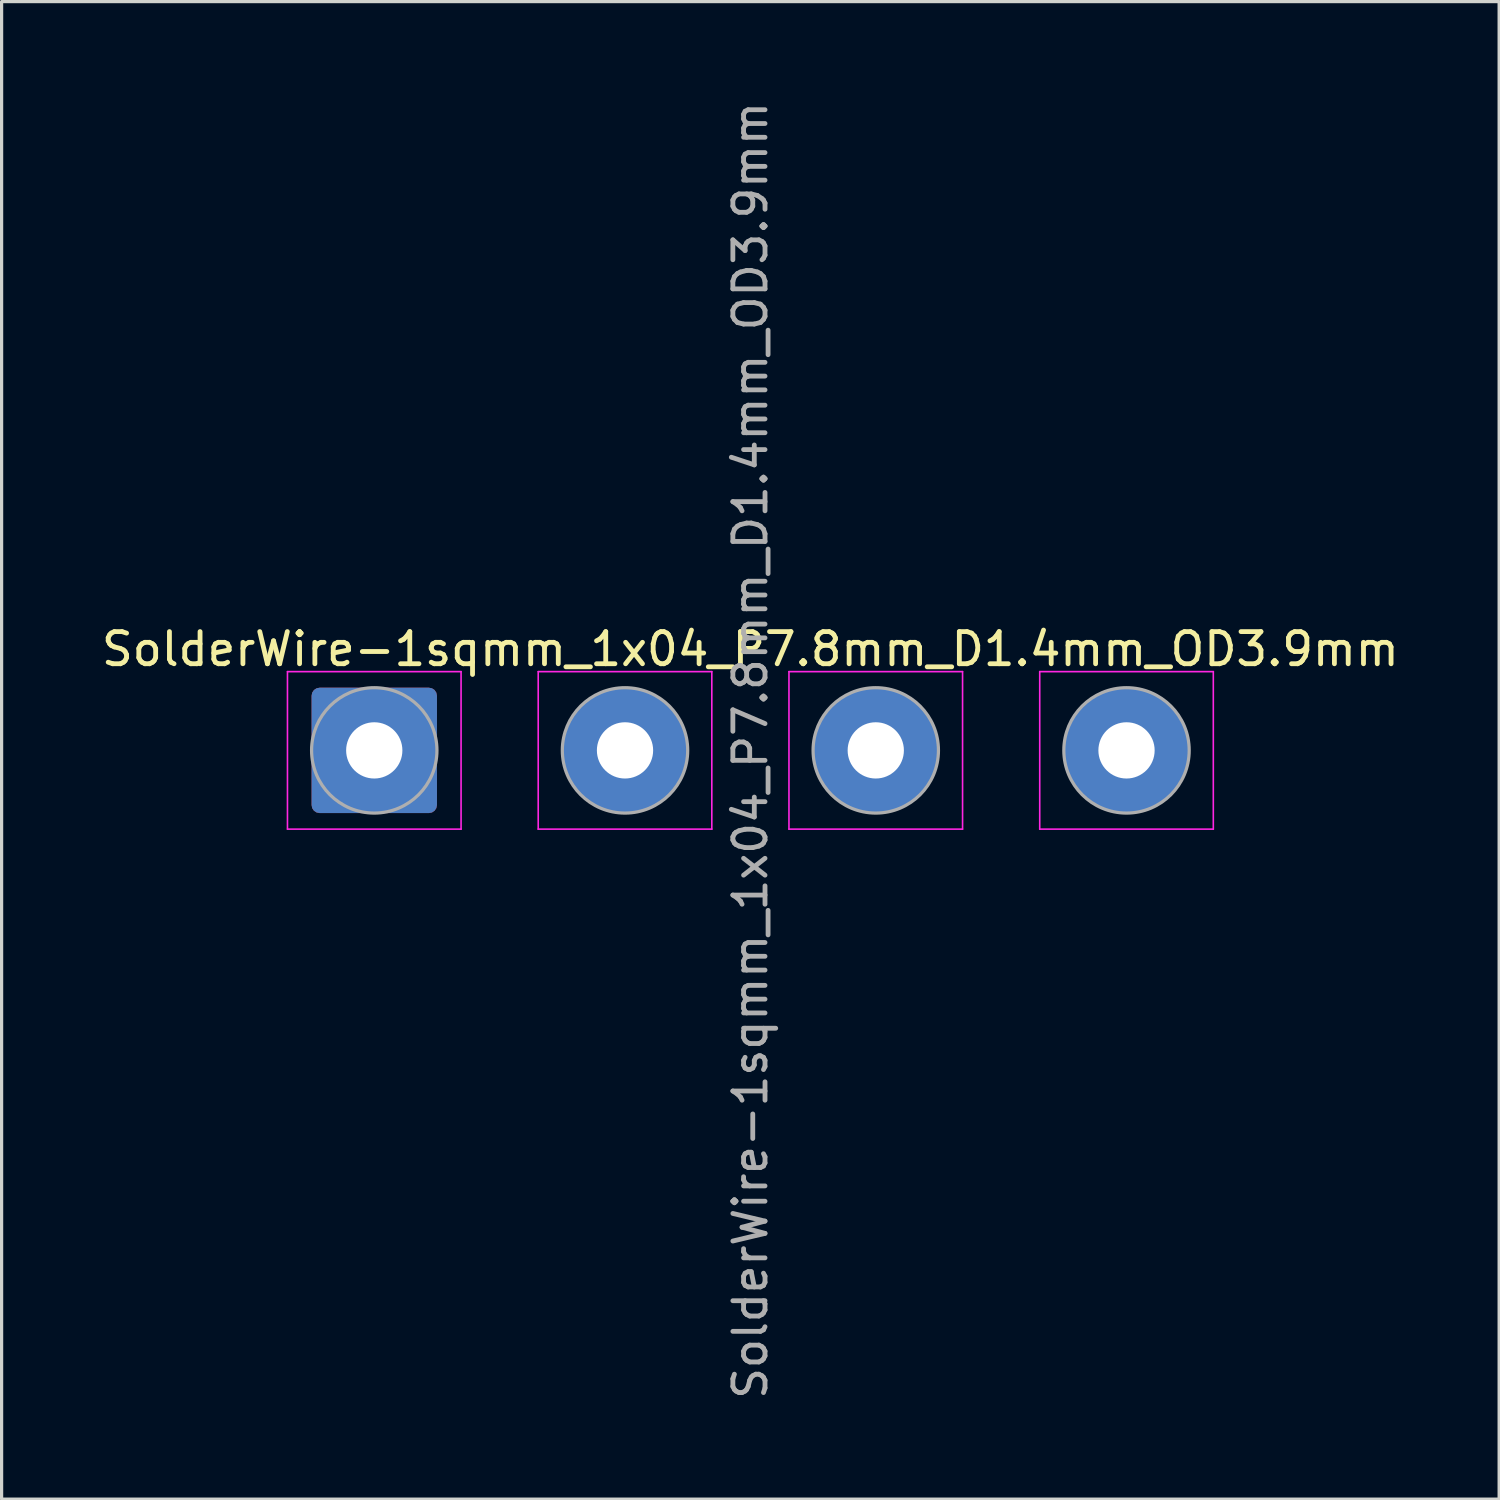
<source format=kicad_pcb>
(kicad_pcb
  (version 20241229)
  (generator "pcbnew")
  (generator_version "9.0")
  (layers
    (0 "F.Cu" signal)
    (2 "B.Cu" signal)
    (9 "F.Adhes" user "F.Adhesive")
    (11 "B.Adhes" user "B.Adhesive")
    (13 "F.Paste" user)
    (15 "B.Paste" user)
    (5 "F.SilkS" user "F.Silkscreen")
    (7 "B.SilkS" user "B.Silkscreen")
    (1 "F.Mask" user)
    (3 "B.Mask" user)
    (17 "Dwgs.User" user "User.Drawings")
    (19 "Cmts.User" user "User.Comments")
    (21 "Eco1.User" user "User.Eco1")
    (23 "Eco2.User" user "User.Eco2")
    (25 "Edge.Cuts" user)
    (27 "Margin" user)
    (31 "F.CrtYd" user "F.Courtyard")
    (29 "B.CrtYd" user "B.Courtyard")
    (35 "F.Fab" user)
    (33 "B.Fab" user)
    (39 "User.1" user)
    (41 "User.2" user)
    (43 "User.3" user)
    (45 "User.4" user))
  (footprint "SolderWire-1sqmm_1x04_P7.8mm_D1.4mm_OD3.9mm"
    (layer "F.Cu")
    (at 8.592 20.292)
    (property "Reference" "SolderWire-1sqmm_1x04_P7.8mm_D1.4mm_OD3.9mm" (at 11.7 -3.15 0) (layer "F.SilkS") (effects (font (size 1 1) (thickness 0.15))))
    (attr exclude_from_pos_files exclude_from_bom)
    (fp_line (start -2.7 -2.45) (end -2.7 2.45) (stroke (width 0.05) (type solid)) (layer "F.CrtYd"))
    (fp_line (start -2.7 2.45) (end 2.7 2.45) (stroke (width 0.05) (type solid)) (layer "F.CrtYd"))
    (fp_line (start 2.7 -2.45) (end -2.7 -2.45) (stroke (width 0.05) (type solid)) (layer "F.CrtYd"))
    (fp_line (start 2.7 2.45) (end 2.7 -2.45) (stroke (width 0.05) (type solid)) (layer "F.CrtYd"))
    (fp_line (start 5.1 -2.45) (end 5.1 2.45) (stroke (width 0.05) (type solid)) (layer "F.CrtYd"))
    (fp_line (start 5.1 2.45) (end 10.5 2.45) (stroke (width 0.05) (type solid)) (layer "F.CrtYd"))
    (fp_line (start 10.5 -2.45) (end 5.1 -2.45) (stroke (width 0.05) (type solid)) (layer "F.CrtYd"))
    (fp_line (start 10.5 2.45) (end 10.5 -2.45) (stroke (width 0.05) (type solid)) (layer "F.CrtYd"))
    (fp_line (start 12.9 -2.45) (end 12.9 2.45) (stroke (width 0.05) (type solid)) (layer "F.CrtYd"))
    (fp_line (start 12.9 2.45) (end 18.3 2.45) (stroke (width 0.05) (type solid)) (layer "F.CrtYd"))
    (fp_line (start 18.3 -2.45) (end 12.9 -2.45) (stroke (width 0.05) (type solid)) (layer "F.CrtYd"))
    (fp_line (start 18.3 2.45) (end 18.3 -2.45) (stroke (width 0.05) (type solid)) (layer "F.CrtYd"))
    (fp_line (start 20.7 -2.45) (end 20.7 2.45) (stroke (width 0.05) (type solid)) (layer "F.CrtYd"))
    (fp_line (start 20.7 2.45) (end 26.1 2.45) (stroke (width 0.05) (type solid)) (layer "F.CrtYd"))
    (fp_line (start 26.1 -2.45) (end 20.7 -2.45) (stroke (width 0.05) (type solid)) (layer "F.CrtYd"))
    (fp_line (start 26.1 2.45) (end 26.1 -2.45) (stroke (width 0.05) (type solid)) (layer "F.CrtYd"))
    (fp_circle (center 0 0) (end 1.95 0) (stroke (width 0.1) (type solid)) (fill no) (layer "F.Fab"))
    (fp_circle (center 7.8 0) (end 9.75 0) (stroke (width 0.1) (type solid)) (fill no) (layer "F.Fab"))
    (fp_circle (center 15.6 0) (end 17.55 0) (stroke (width 0.1) (type solid)) (fill no) (layer "F.Fab"))
    (fp_circle (center 23.4 0) (end 25.35 0) (stroke (width 0.1) (type solid)) (fill no) (layer "F.Fab"))
    (fp_text user "${REFERENCE}" (at 11.7 0 90) (layer "F.Fab") (effects (font (size 1 1) (thickness 0.15))))
    (pad "1" thru_hole roundrect (at 0 0) (size 3.9 3.9) (drill 1.75) (layers "*.Cu" "*.Mask") (roundrect_rratio 0.064))
    (pad "2" thru_hole circle (at 7.8 0) (size 3.9 3.9) (drill 1.75) (layers "*.Cu" "*.Mask"))
    (pad "3" thru_hole circle (at 15.6 0) (size 3.9 3.9) (drill 1.75) (layers "*.Cu" "*.Mask"))
    (pad "4" thru_hole circle (at 23.4 0) (size 3.9 3.9) (drill 1.75) (layers "*.Cu" "*.Mask")))
  (gr_rect
    (start -3 -3)
    (end 43.583 43.583)
    (stroke (width 0.1) (type default))
    (fill no)
    (layer "Edge.Cuts")))
</source>
